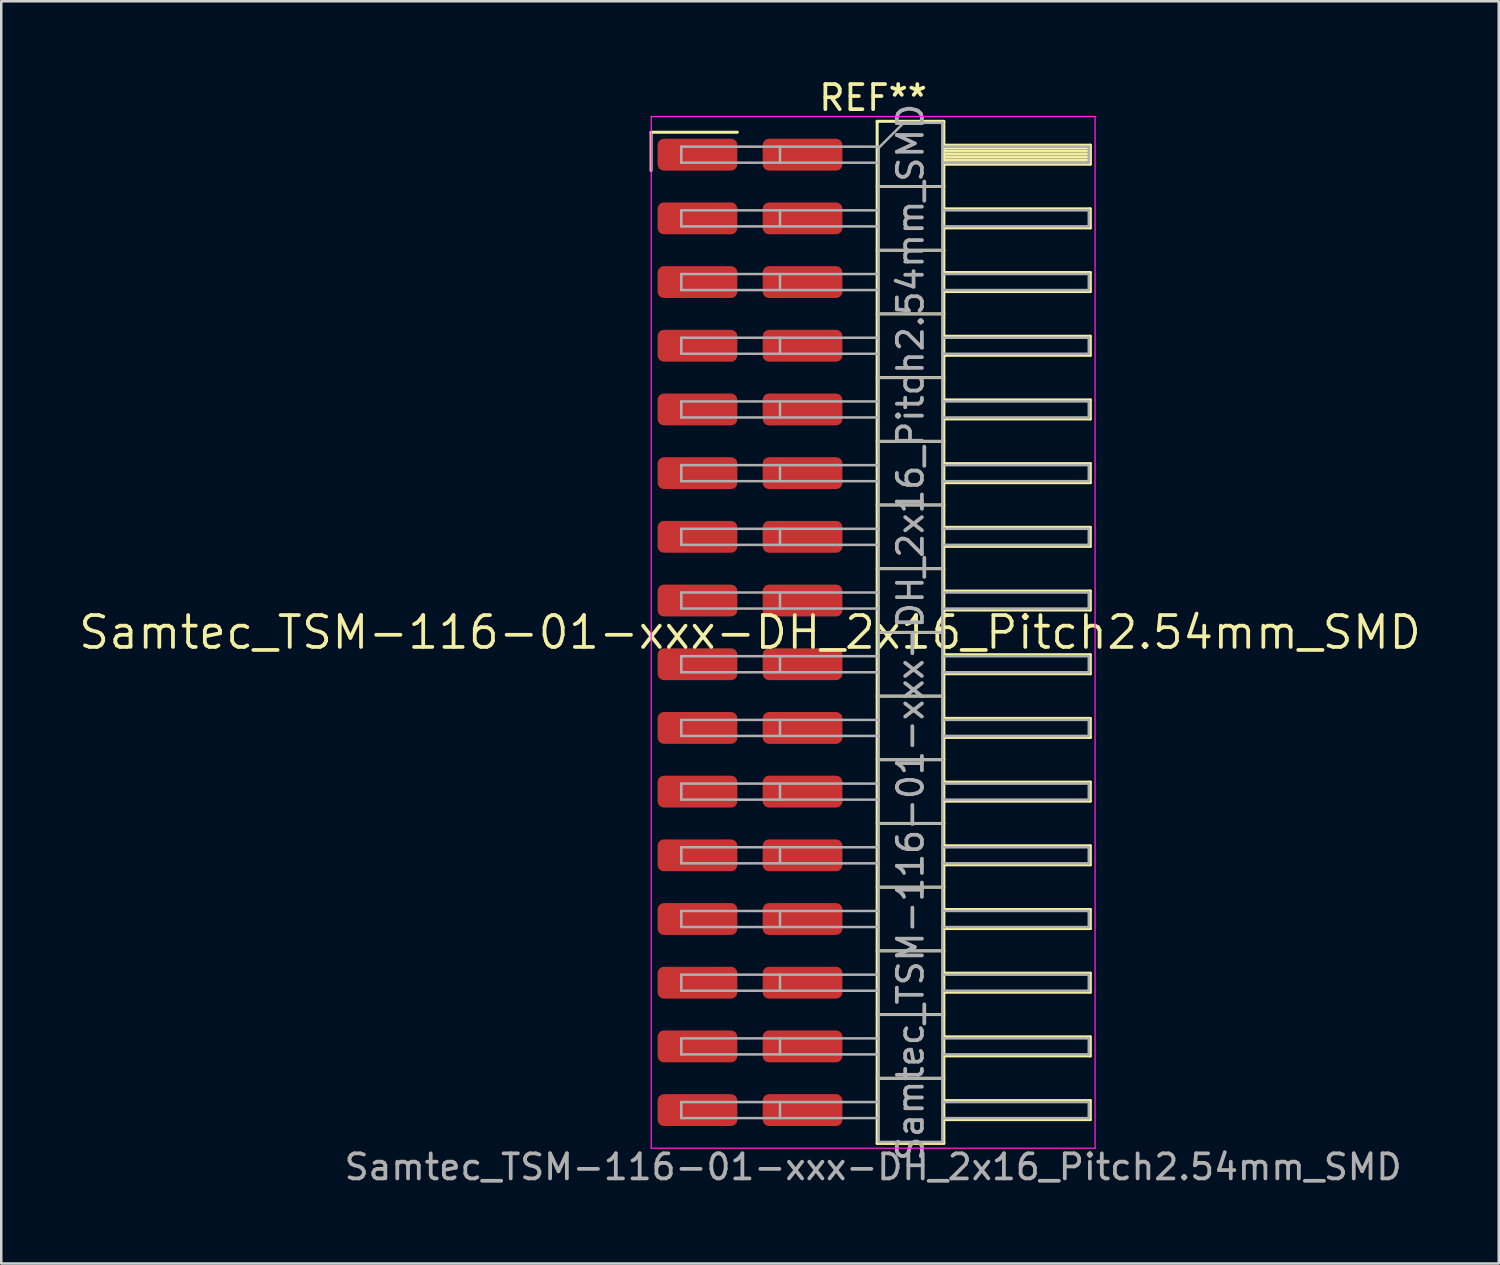
<source format=kicad_pcb>
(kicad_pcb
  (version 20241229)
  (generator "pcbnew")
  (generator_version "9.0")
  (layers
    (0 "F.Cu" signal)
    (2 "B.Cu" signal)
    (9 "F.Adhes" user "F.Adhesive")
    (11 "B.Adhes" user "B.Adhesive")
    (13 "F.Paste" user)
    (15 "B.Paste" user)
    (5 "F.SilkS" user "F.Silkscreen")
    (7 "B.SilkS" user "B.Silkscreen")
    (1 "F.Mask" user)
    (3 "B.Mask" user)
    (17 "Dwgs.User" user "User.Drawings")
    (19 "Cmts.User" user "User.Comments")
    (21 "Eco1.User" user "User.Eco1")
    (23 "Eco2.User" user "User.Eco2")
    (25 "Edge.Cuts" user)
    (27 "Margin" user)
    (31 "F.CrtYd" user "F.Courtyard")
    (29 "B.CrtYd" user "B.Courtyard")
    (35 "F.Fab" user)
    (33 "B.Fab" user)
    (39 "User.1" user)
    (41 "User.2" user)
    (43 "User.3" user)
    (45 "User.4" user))
  (footprint "Samtec_TSM-116-01-xxx-DH_2x16_Pitch2.54mm_SMD"
    (layer "F.Cu")
    (at 26.859 22.168)
    (property "Reference" "Samtec_TSM-116-01-xxx-DH_2x16_Pitch2.54mm_SMD" (at 0 0 0) (layer "F.SilkS") (effects (font (size 1.27 1.27) (thickness 0.15))))
    (attr smd)
    (fp_line (start -3.945 -19.945) (end -0.505 -19.945) (stroke (width 0.12) (type solid)) (layer "F.SilkS"))
    (fp_line (start -3.945 -18.415) (end -3.945 -19.945) (stroke (width 0.12) (type solid)) (layer "F.SilkS"))
    (fp_line (start 5.07 -20.38) (end 7.73 -20.38) (stroke (width 0.12) (type solid)) (layer "F.SilkS"))
    (fp_line (start 5.07 -17.78) (end 7.73 -17.78) (stroke (width 0.12) (type solid)) (layer "F.SilkS"))
    (fp_line (start 5.07 -15.24) (end 7.73 -15.24) (stroke (width 0.12) (type solid)) (layer "F.SilkS"))
    (fp_line (start 5.07 -12.7) (end 7.73 -12.7) (stroke (width 0.12) (type solid)) (layer "F.SilkS"))
    (fp_line (start 5.07 -10.16) (end 7.73 -10.16) (stroke (width 0.12) (type solid)) (layer "F.SilkS"))
    (fp_line (start 5.07 -7.62) (end 7.73 -7.62) (stroke (width 0.12) (type solid)) (layer "F.SilkS"))
    (fp_line (start 5.07 -5.08) (end 7.73 -5.08) (stroke (width 0.12) (type solid)) (layer "F.SilkS"))
    (fp_line (start 5.07 -2.54) (end 7.73 -2.54) (stroke (width 0.12) (type solid)) (layer "F.SilkS"))
    (fp_line (start 5.07 0) (end 7.73 0) (stroke (width 0.12) (type solid)) (layer "F.SilkS"))
    (fp_line (start 5.07 2.54) (end 7.73 2.54) (stroke (width 0.12) (type solid)) (layer "F.SilkS"))
    (fp_line (start 5.07 5.08) (end 7.73 5.08) (stroke (width 0.12) (type solid)) (layer "F.SilkS"))
    (fp_line (start 5.07 7.62) (end 7.73 7.62) (stroke (width 0.12) (type solid)) (layer "F.SilkS"))
    (fp_line (start 5.07 10.16) (end 7.73 10.16) (stroke (width 0.12) (type solid)) (layer "F.SilkS"))
    (fp_line (start 5.07 12.7) (end 7.73 12.7) (stroke (width 0.12) (type solid)) (layer "F.SilkS"))
    (fp_line (start 5.07 15.24) (end 7.73 15.24) (stroke (width 0.12) (type solid)) (layer "F.SilkS"))
    (fp_line (start 5.07 17.78) (end 7.73 17.78) (stroke (width 0.12) (type solid)) (layer "F.SilkS"))
    (fp_line (start 5.07 20.38) (end 5.07 -20.38) (stroke (width 0.12) (type solid)) (layer "F.SilkS"))
    (fp_line (start 7.73 -20.38) (end 7.73 20.38) (stroke (width 0.12) (type solid)) (layer "F.SilkS"))
    (fp_line (start 7.73 -19.43) (end 13.57 -19.43) (stroke (width 0.12) (type solid)) (layer "F.SilkS"))
    (fp_line (start 7.73 -19.31) (end 13.57 -19.31) (stroke (width 0.12) (type solid)) (layer "F.SilkS"))
    (fp_line (start 7.73 -19.19) (end 13.57 -19.19) (stroke (width 0.12) (type solid)) (layer "F.SilkS"))
    (fp_line (start 7.73 -19.07) (end 13.57 -19.07) (stroke (width 0.12) (type solid)) (layer "F.SilkS"))
    (fp_line (start 7.73 -18.95) (end 13.57 -18.95) (stroke (width 0.12) (type solid)) (layer "F.SilkS"))
    (fp_line (start 7.73 -18.83) (end 13.57 -18.83) (stroke (width 0.12) (type solid)) (layer "F.SilkS"))
    (fp_line (start 7.73 -18.71) (end 13.57 -18.71) (stroke (width 0.12) (type solid)) (layer "F.SilkS"))
    (fp_line (start 7.73 -18.67) (end 13.57 -18.67) (stroke (width 0.12) (type solid)) (layer "F.SilkS"))
    (fp_line (start 7.73 -16.89) (end 13.57 -16.89) (stroke (width 0.12) (type solid)) (layer "F.SilkS"))
    (fp_line (start 7.73 -16.13) (end 13.57 -16.13) (stroke (width 0.12) (type solid)) (layer "F.SilkS"))
    (fp_line (start 7.73 -14.35) (end 13.57 -14.35) (stroke (width 0.12) (type solid)) (layer "F.SilkS"))
    (fp_line (start 7.73 -13.59) (end 13.57 -13.59) (stroke (width 0.12) (type solid)) (layer "F.SilkS"))
    (fp_line (start 7.73 -11.81) (end 13.57 -11.81) (stroke (width 0.12) (type solid)) (layer "F.SilkS"))
    (fp_line (start 7.73 -11.05) (end 13.57 -11.05) (stroke (width 0.12) (type solid)) (layer "F.SilkS"))
    (fp_line (start 7.73 -9.27) (end 13.57 -9.27) (stroke (width 0.12) (type solid)) (layer "F.SilkS"))
    (fp_line (start 7.73 -8.51) (end 13.57 -8.51) (stroke (width 0.12) (type solid)) (layer "F.SilkS"))
    (fp_line (start 7.73 -6.73) (end 13.57 -6.73) (stroke (width 0.12) (type solid)) (layer "F.SilkS"))
    (fp_line (start 7.73 -5.97) (end 13.57 -5.97) (stroke (width 0.12) (type solid)) (layer "F.SilkS"))
    (fp_line (start 7.73 -4.19) (end 13.57 -4.19) (stroke (width 0.12) (type solid)) (layer "F.SilkS"))
    (fp_line (start 7.73 -3.43) (end 13.57 -3.43) (stroke (width 0.12) (type solid)) (layer "F.SilkS"))
    (fp_line (start 7.73 -1.65) (end 13.57 -1.65) (stroke (width 0.12) (type solid)) (layer "F.SilkS"))
    (fp_line (start 7.73 -0.89) (end 13.57 -0.89) (stroke (width 0.12) (type solid)) (layer "F.SilkS"))
    (fp_line (start 7.73 0.89) (end 13.57 0.89) (stroke (width 0.12) (type solid)) (layer "F.SilkS"))
    (fp_line (start 7.73 1.65) (end 13.57 1.65) (stroke (width 0.12) (type solid)) (layer "F.SilkS"))
    (fp_line (start 7.73 3.43) (end 13.57 3.43) (stroke (width 0.12) (type solid)) (layer "F.SilkS"))
    (fp_line (start 7.73 4.19) (end 13.57 4.19) (stroke (width 0.12) (type solid)) (layer "F.SilkS"))
    (fp_line (start 7.73 5.97) (end 13.57 5.97) (stroke (width 0.12) (type solid)) (layer "F.SilkS"))
    (fp_line (start 7.73 6.73) (end 13.57 6.73) (stroke (width 0.12) (type solid)) (layer "F.SilkS"))
    (fp_line (start 7.73 8.51) (end 13.57 8.51) (stroke (width 0.12) (type solid)) (layer "F.SilkS"))
    (fp_line (start 7.73 9.27) (end 13.57 9.27) (stroke (width 0.12) (type solid)) (layer "F.SilkS"))
    (fp_line (start 7.73 11.05) (end 13.57 11.05) (stroke (width 0.12) (type solid)) (layer "F.SilkS"))
    (fp_line (start 7.73 11.81) (end 13.57 11.81) (stroke (width 0.12) (type solid)) (layer "F.SilkS"))
    (fp_line (start 7.73 13.59) (end 13.57 13.59) (stroke (width 0.12) (type solid)) (layer "F.SilkS"))
    (fp_line (start 7.73 14.35) (end 13.57 14.35) (stroke (width 0.12) (type solid)) (layer "F.SilkS"))
    (fp_line (start 7.73 16.13) (end 13.57 16.13) (stroke (width 0.12) (type solid)) (layer "F.SilkS"))
    (fp_line (start 7.73 16.89) (end 13.57 16.89) (stroke (width 0.12) (type solid)) (layer "F.SilkS"))
    (fp_line (start 7.73 18.67) (end 13.57 18.67) (stroke (width 0.12) (type solid)) (layer "F.SilkS"))
    (fp_line (start 7.73 19.43) (end 13.57 19.43) (stroke (width 0.12) (type solid)) (layer "F.SilkS"))
    (fp_line (start 7.73 20.38) (end 5.07 20.38) (stroke (width 0.12) (type solid)) (layer "F.SilkS"))
    (fp_line (start 13.57 -19.43) (end 13.57 -18.67) (stroke (width 0.12) (type solid)) (layer "F.SilkS"))
    (fp_line (start 13.57 -16.89) (end 13.57 -16.13) (stroke (width 0.12) (type solid)) (layer "F.SilkS"))
    (fp_line (start 13.57 -14.35) (end 13.57 -13.59) (stroke (width 0.12) (type solid)) (layer "F.SilkS"))
    (fp_line (start 13.57 -11.81) (end 13.57 -11.05) (stroke (width 0.12) (type solid)) (layer "F.SilkS"))
    (fp_line (start 13.57 -9.27) (end 13.57 -8.51) (stroke (width 0.12) (type solid)) (layer "F.SilkS"))
    (fp_line (start 13.57 -6.73) (end 13.57 -5.97) (stroke (width 0.12) (type solid)) (layer "F.SilkS"))
    (fp_line (start 13.57 -4.19) (end 13.57 -3.43) (stroke (width 0.12) (type solid)) (layer "F.SilkS"))
    (fp_line (start 13.57 -1.65) (end 13.57 -0.89) (stroke (width 0.12) (type solid)) (layer "F.SilkS"))
    (fp_line (start 13.57 0.89) (end 13.57 1.65) (stroke (width 0.12) (type solid)) (layer "F.SilkS"))
    (fp_line (start 13.57 3.43) (end 13.57 4.19) (stroke (width 0.12) (type solid)) (layer "F.SilkS"))
    (fp_line (start 13.57 5.97) (end 13.57 6.73) (stroke (width 0.12) (type solid)) (layer "F.SilkS"))
    (fp_line (start 13.57 8.51) (end 13.57 9.27) (stroke (width 0.12) (type solid)) (layer "F.SilkS"))
    (fp_line (start 13.57 11.05) (end 13.57 11.81) (stroke (width 0.12) (type solid)) (layer "F.SilkS"))
    (fp_line (start 13.57 13.59) (end 13.57 14.35) (stroke (width 0.12) (type solid)) (layer "F.SilkS"))
    (fp_line (start 13.57 16.13) (end 13.57 16.89) (stroke (width 0.12) (type solid)) (layer "F.SilkS"))
    (fp_line (start 13.57 18.67) (end 13.57 19.43) (stroke (width 0.12) (type solid)) (layer "F.SilkS"))
    (fp_line (start -3.94 -20.57) (end 13.76 -20.57) (stroke (width 0.05) (type solid)) (layer "F.CrtYd"))
    (fp_line (start -3.94 20.57) (end -3.94 -20.57) (stroke (width 0.05) (type solid)) (layer "F.CrtYd"))
    (fp_line (start 13.76 -20.57) (end 13.76 20.57) (stroke (width 0.05) (type solid)) (layer "F.CrtYd"))
    (fp_line (start 13.76 20.57) (end -3.94 20.57) (stroke (width 0.05) (type solid)) (layer "F.CrtYd"))
    (fp_line (start -2.74 -19.37) (end -2.74 -18.73) (stroke (width 0.1) (type solid)) (layer "F.Fab"))
    (fp_line (start -2.74 -19.37) (end 5.13 -19.37) (stroke (width 0.1) (type solid)) (layer "F.Fab"))
    (fp_line (start -2.74 -18.73) (end 5.13 -18.73) (stroke (width 0.1) (type solid)) (layer "F.Fab"))
    (fp_line (start -2.74 -16.83) (end -2.74 -16.19) (stroke (width 0.1) (type solid)) (layer "F.Fab"))
    (fp_line (start -2.74 -16.83) (end 5.13 -16.83) (stroke (width 0.1) (type solid)) (layer "F.Fab"))
    (fp_line (start -2.74 -16.19) (end 5.13 -16.19) (stroke (width 0.1) (type solid)) (layer "F.Fab"))
    (fp_line (start -2.74 -14.29) (end -2.74 -13.65) (stroke (width 0.1) (type solid)) (layer "F.Fab"))
    (fp_line (start -2.74 -14.29) (end 5.13 -14.29) (stroke (width 0.1) (type solid)) (layer "F.Fab"))
    (fp_line (start -2.74 -13.65) (end 5.13 -13.65) (stroke (width 0.1) (type solid)) (layer "F.Fab"))
    (fp_line (start -2.74 -11.75) (end -2.74 -11.11) (stroke (width 0.1) (type solid)) (layer "F.Fab"))
    (fp_line (start -2.74 -11.75) (end 5.13 -11.75) (stroke (width 0.1) (type solid)) (layer "F.Fab"))
    (fp_line (start -2.74 -11.11) (end 5.13 -11.11) (stroke (width 0.1) (type solid)) (layer "F.Fab"))
    (fp_line (start -2.74 -9.21) (end -2.74 -8.57) (stroke (width 0.1) (type solid)) (layer "F.Fab"))
    (fp_line (start -2.74 -9.21) (end 5.13 -9.21) (stroke (width 0.1) (type solid)) (layer "F.Fab"))
    (fp_line (start -2.74 -8.57) (end 5.13 -8.57) (stroke (width 0.1) (type solid)) (layer "F.Fab"))
    (fp_line (start -2.74 -6.67) (end -2.74 -6.03) (stroke (width 0.1) (type solid)) (layer "F.Fab"))
    (fp_line (start -2.74 -6.67) (end 5.13 -6.67) (stroke (width 0.1) (type solid)) (layer "F.Fab"))
    (fp_line (start -2.74 -6.03) (end 5.13 -6.03) (stroke (width 0.1) (type solid)) (layer "F.Fab"))
    (fp_line (start -2.74 -4.13) (end -2.74 -3.49) (stroke (width 0.1) (type solid)) (layer "F.Fab"))
    (fp_line (start -2.74 -4.13) (end 5.13 -4.13) (stroke (width 0.1) (type solid)) (layer "F.Fab"))
    (fp_line (start -2.74 -3.49) (end 5.13 -3.49) (stroke (width 0.1) (type solid)) (layer "F.Fab"))
    (fp_line (start -2.74 -1.59) (end -2.74 -0.95) (stroke (width 0.1) (type solid)) (layer "F.Fab"))
    (fp_line (start -2.74 -1.59) (end 5.13 -1.59) (stroke (width 0.1) (type solid)) (layer "F.Fab"))
    (fp_line (start -2.74 -0.95) (end 5.13 -0.95) (stroke (width 0.1) (type solid)) (layer "F.Fab"))
    (fp_line (start -2.74 0.95) (end -2.74 1.59) (stroke (width 0.1) (type solid)) (layer "F.Fab"))
    (fp_line (start -2.74 0.95) (end 5.13 0.95) (stroke (width 0.1) (type solid)) (layer "F.Fab"))
    (fp_line (start -2.74 1.59) (end 5.13 1.59) (stroke (width 0.1) (type solid)) (layer "F.Fab"))
    (fp_line (start -2.74 3.49) (end -2.74 4.13) (stroke (width 0.1) (type solid)) (layer "F.Fab"))
    (fp_line (start -2.74 3.49) (end 5.13 3.49) (stroke (width 0.1) (type solid)) (layer "F.Fab"))
    (fp_line (start -2.74 4.13) (end 5.13 4.13) (stroke (width 0.1) (type solid)) (layer "F.Fab"))
    (fp_line (start -2.74 6.03) (end -2.74 6.67) (stroke (width 0.1) (type solid)) (layer "F.Fab"))
    (fp_line (start -2.74 6.03) (end 5.13 6.03) (stroke (width 0.1) (type solid)) (layer "F.Fab"))
    (fp_line (start -2.74 6.67) (end 5.13 6.67) (stroke (width 0.1) (type solid)) (layer "F.Fab"))
    (fp_line (start -2.74 8.57) (end -2.74 9.21) (stroke (width 0.1) (type solid)) (layer "F.Fab"))
    (fp_line (start -2.74 8.57) (end 5.13 8.57) (stroke (width 0.1) (type solid)) (layer "F.Fab"))
    (fp_line (start -2.74 9.21) (end 5.13 9.21) (stroke (width 0.1) (type solid)) (layer "F.Fab"))
    (fp_line (start -2.74 11.11) (end -2.74 11.75) (stroke (width 0.1) (type solid)) (layer "F.Fab"))
    (fp_line (start -2.74 11.11) (end 5.13 11.11) (stroke (width 0.1) (type solid)) (layer "F.Fab"))
    (fp_line (start -2.74 11.75) (end 5.13 11.75) (stroke (width 0.1) (type solid)) (layer "F.Fab"))
    (fp_line (start -2.74 13.65) (end -2.74 14.29) (stroke (width 0.1) (type solid)) (layer "F.Fab"))
    (fp_line (start -2.74 13.65) (end 5.13 13.65) (stroke (width 0.1) (type solid)) (layer "F.Fab"))
    (fp_line (start -2.74 14.29) (end 5.13 14.29) (stroke (width 0.1) (type solid)) (layer "F.Fab"))
    (fp_line (start -2.74 16.19) (end -2.74 16.83) (stroke (width 0.1) (type solid)) (layer "F.Fab"))
    (fp_line (start -2.74 16.19) (end 5.13 16.19) (stroke (width 0.1) (type solid)) (layer "F.Fab"))
    (fp_line (start -2.74 16.83) (end 5.13 16.83) (stroke (width 0.1) (type solid)) (layer "F.Fab"))
    (fp_line (start -2.74 18.73) (end -2.74 19.37) (stroke (width 0.1) (type solid)) (layer "F.Fab"))
    (fp_line (start -2.74 18.73) (end 5.13 18.73) (stroke (width 0.1) (type solid)) (layer "F.Fab"))
    (fp_line (start -2.74 19.37) (end 5.13 19.37) (stroke (width 0.1) (type solid)) (layer "F.Fab"))
    (fp_line (start 1.195 -19.37) (end 1.195 -18.73) (stroke (width 0.1) (type solid)) (layer "F.Fab"))
    (fp_line (start 1.195 -16.83) (end 1.195 -16.19) (stroke (width 0.1) (type solid)) (layer "F.Fab"))
    (fp_line (start 1.195 -14.29) (end 1.195 -13.65) (stroke (width 0.1) (type solid)) (layer "F.Fab"))
    (fp_line (start 1.195 -11.75) (end 1.195 -11.11) (stroke (width 0.1) (type solid)) (layer "F.Fab"))
    (fp_line (start 1.195 -9.21) (end 1.195 -8.57) (stroke (width 0.1) (type solid)) (layer "F.Fab"))
    (fp_line (start 1.195 -6.67) (end 1.195 -6.03) (stroke (width 0.1) (type solid)) (layer "F.Fab"))
    (fp_line (start 1.195 -4.13) (end 1.195 -3.49) (stroke (width 0.1) (type solid)) (layer "F.Fab"))
    (fp_line (start 1.195 -1.59) (end 1.195 -0.95) (stroke (width 0.1) (type solid)) (layer "F.Fab"))
    (fp_line (start 1.195 0.95) (end 1.195 1.59) (stroke (width 0.1) (type solid)) (layer "F.Fab"))
    (fp_line (start 1.195 3.49) (end 1.195 4.13) (stroke (width 0.1) (type solid)) (layer "F.Fab"))
    (fp_line (start 1.195 6.03) (end 1.195 6.67) (stroke (width 0.1) (type solid)) (layer "F.Fab"))
    (fp_line (start 1.195 8.57) (end 1.195 9.21) (stroke (width 0.1) (type solid)) (layer "F.Fab"))
    (fp_line (start 1.195 11.11) (end 1.195 11.75) (stroke (width 0.1) (type solid)) (layer "F.Fab"))
    (fp_line (start 1.195 13.65) (end 1.195 14.29) (stroke (width 0.1) (type solid)) (layer "F.Fab"))
    (fp_line (start 1.195 16.19) (end 1.195 16.83) (stroke (width 0.1) (type solid)) (layer "F.Fab"))
    (fp_line (start 1.195 18.73) (end 1.195 19.37) (stroke (width 0.1) (type solid)) (layer "F.Fab"))
    (fp_line (start 5.13 -19.32) (end 6.13 -20.32) (stroke (width 0.1) (type solid)) (layer "F.Fab"))
    (fp_line (start 5.13 -17.78) (end 7.67 -17.78) (stroke (width 0.1) (type solid)) (layer "F.Fab"))
    (fp_line (start 5.13 -15.24) (end 7.67 -15.24) (stroke (width 0.1) (type solid)) (layer "F.Fab"))
    (fp_line (start 5.13 -12.7) (end 7.67 -12.7) (stroke (width 0.1) (type solid)) (layer "F.Fab"))
    (fp_line (start 5.13 -10.16) (end 7.67 -10.16) (stroke (width 0.1) (type solid)) (layer "F.Fab"))
    (fp_line (start 5.13 -7.62) (end 7.67 -7.62) (stroke (width 0.1) (type solid)) (layer "F.Fab"))
    (fp_line (start 5.13 -5.08) (end 7.67 -5.08) (stroke (width 0.1) (type solid)) (layer "F.Fab"))
    (fp_line (start 5.13 -2.54) (end 7.67 -2.54) (stroke (width 0.1) (type solid)) (layer "F.Fab"))
    (fp_line (start 5.13 0) (end 7.67 0) (stroke (width 0.1) (type solid)) (layer "F.Fab"))
    (fp_line (start 5.13 2.54) (end 7.67 2.54) (stroke (width 0.1) (type solid)) (layer "F.Fab"))
    (fp_line (start 5.13 5.08) (end 7.67 5.08) (stroke (width 0.1) (type solid)) (layer "F.Fab"))
    (fp_line (start 5.13 7.62) (end 7.67 7.62) (stroke (width 0.1) (type solid)) (layer "F.Fab"))
    (fp_line (start 5.13 10.16) (end 7.67 10.16) (stroke (width 0.1) (type solid)) (layer "F.Fab"))
    (fp_line (start 5.13 12.7) (end 7.67 12.7) (stroke (width 0.1) (type solid)) (layer "F.Fab"))
    (fp_line (start 5.13 15.24) (end 7.67 15.24) (stroke (width 0.1) (type solid)) (layer "F.Fab"))
    (fp_line (start 5.13 17.78) (end 7.67 17.78) (stroke (width 0.1) (type solid)) (layer "F.Fab"))
    (fp_line (start 5.13 20.32) (end 5.13 -19.32) (stroke (width 0.1) (type solid)) (layer "F.Fab"))
    (fp_line (start 6.13 -20.32) (end 7.67 -20.32) (stroke (width 0.1) (type solid)) (layer "F.Fab"))
    (fp_line (start 7.67 -20.32) (end 7.67 20.32) (stroke (width 0.1) (type solid)) (layer "F.Fab"))
    (fp_line (start 7.67 -19.37) (end 13.51 -19.37) (stroke (width 0.1) (type solid)) (layer "F.Fab"))
    (fp_line (start 7.67 -18.73) (end 13.51 -18.73) (stroke (width 0.1) (type solid)) (layer "F.Fab"))
    (fp_line (start 7.67 -16.83) (end 13.51 -16.83) (stroke (width 0.1) (type solid)) (layer "F.Fab"))
    (fp_line (start 7.67 -16.19) (end 13.51 -16.19) (stroke (width 0.1) (type solid)) (layer "F.Fab"))
    (fp_line (start 7.67 -14.29) (end 13.51 -14.29) (stroke (width 0.1) (type solid)) (layer "F.Fab"))
    (fp_line (start 7.67 -13.65) (end 13.51 -13.65) (stroke (width 0.1) (type solid)) (layer "F.Fab"))
    (fp_line (start 7.67 -11.75) (end 13.51 -11.75) (stroke (width 0.1) (type solid)) (layer "F.Fab"))
    (fp_line (start 7.67 -11.11) (end 13.51 -11.11) (stroke (width 0.1) (type solid)) (layer "F.Fab"))
    (fp_line (start 7.67 -9.21) (end 13.51 -9.21) (stroke (width 0.1) (type solid)) (layer "F.Fab"))
    (fp_line (start 7.67 -8.57) (end 13.51 -8.57) (stroke (width 0.1) (type solid)) (layer "F.Fab"))
    (fp_line (start 7.67 -6.67) (end 13.51 -6.67) (stroke (width 0.1) (type solid)) (layer "F.Fab"))
    (fp_line (start 7.67 -6.03) (end 13.51 -6.03) (stroke (width 0.1) (type solid)) (layer "F.Fab"))
    (fp_line (start 7.67 -4.13) (end 13.51 -4.13) (stroke (width 0.1) (type solid)) (layer "F.Fab"))
    (fp_line (start 7.67 -3.49) (end 13.51 -3.49) (stroke (width 0.1) (type solid)) (layer "F.Fab"))
    (fp_line (start 7.67 -1.59) (end 13.51 -1.59) (stroke (width 0.1) (type solid)) (layer "F.Fab"))
    (fp_line (start 7.67 -0.95) (end 13.51 -0.95) (stroke (width 0.1) (type solid)) (layer "F.Fab"))
    (fp_line (start 7.67 0.95) (end 13.51 0.95) (stroke (width 0.1) (type solid)) (layer "F.Fab"))
    (fp_line (start 7.67 1.59) (end 13.51 1.59) (stroke (width 0.1) (type solid)) (layer "F.Fab"))
    (fp_line (start 7.67 3.49) (end 13.51 3.49) (stroke (width 0.1) (type solid)) (layer "F.Fab"))
    (fp_line (start 7.67 4.13) (end 13.51 4.13) (stroke (width 0.1) (type solid)) (layer "F.Fab"))
    (fp_line (start 7.67 6.03) (end 13.51 6.03) (stroke (width 0.1) (type solid)) (layer "F.Fab"))
    (fp_line (start 7.67 6.67) (end 13.51 6.67) (stroke (width 0.1) (type solid)) (layer "F.Fab"))
    (fp_line (start 7.67 8.57) (end 13.51 8.57) (stroke (width 0.1) (type solid)) (layer "F.Fab"))
    (fp_line (start 7.67 9.21) (end 13.51 9.21) (stroke (width 0.1) (type solid)) (layer "F.Fab"))
    (fp_line (start 7.67 11.11) (end 13.51 11.11) (stroke (width 0.1) (type solid)) (layer "F.Fab"))
    (fp_line (start 7.67 11.75) (end 13.51 11.75) (stroke (width 0.1) (type solid)) (layer "F.Fab"))
    (fp_line (start 7.67 13.65) (end 13.51 13.65) (stroke (width 0.1) (type solid)) (layer "F.Fab"))
    (fp_line (start 7.67 14.29) (end 13.51 14.29) (stroke (width 0.1) (type solid)) (layer "F.Fab"))
    (fp_line (start 7.67 16.19) (end 13.51 16.19) (stroke (width 0.1) (type solid)) (layer "F.Fab"))
    (fp_line (start 7.67 16.83) (end 13.51 16.83) (stroke (width 0.1) (type solid)) (layer "F.Fab"))
    (fp_line (start 7.67 18.73) (end 13.51 18.73) (stroke (width 0.1) (type solid)) (layer "F.Fab"))
    (fp_line (start 7.67 19.37) (end 13.51 19.37) (stroke (width 0.1) (type solid)) (layer "F.Fab"))
    (fp_line (start 7.67 20.32) (end 5.13 20.32) (stroke (width 0.1) (type solid)) (layer "F.Fab"))
    (fp_line (start 13.51 -19.37) (end 13.51 -18.73) (stroke (width 0.1) (type solid)) (layer "F.Fab"))
    (fp_line (start 13.51 -16.83) (end 13.51 -16.19) (stroke (width 0.1) (type solid)) (layer "F.Fab"))
    (fp_line (start 13.51 -14.29) (end 13.51 -13.65) (stroke (width 0.1) (type solid)) (layer "F.Fab"))
    (fp_line (start 13.51 -11.75) (end 13.51 -11.11) (stroke (width 0.1) (type solid)) (layer "F.Fab"))
    (fp_line (start 13.51 -9.21) (end 13.51 -8.57) (stroke (width 0.1) (type solid)) (layer "F.Fab"))
    (fp_line (start 13.51 -6.67) (end 13.51 -6.03) (stroke (width 0.1) (type solid)) (layer "F.Fab"))
    (fp_line (start 13.51 -4.13) (end 13.51 -3.49) (stroke (width 0.1) (type solid)) (layer "F.Fab"))
    (fp_line (start 13.51 -1.59) (end 13.51 -0.95) (stroke (width 0.1) (type solid)) (layer "F.Fab"))
    (fp_line (start 13.51 0.95) (end 13.51 1.59) (stroke (width 0.1) (type solid)) (layer "F.Fab"))
    (fp_line (start 13.51 3.49) (end 13.51 4.13) (stroke (width 0.1) (type solid)) (layer "F.Fab"))
    (fp_line (start 13.51 6.03) (end 13.51 6.67) (stroke (width 0.1) (type solid)) (layer "F.Fab"))
    (fp_line (start 13.51 8.57) (end 13.51 9.21) (stroke (width 0.1) (type solid)) (layer "F.Fab"))
    (fp_line (start 13.51 11.11) (end 13.51 11.75) (stroke (width 0.1) (type solid)) (layer "F.Fab"))
    (fp_line (start 13.51 13.65) (end 13.51 14.29) (stroke (width 0.1) (type solid)) (layer "F.Fab"))
    (fp_line (start 13.51 16.19) (end 13.51 16.83) (stroke (width 0.1) (type solid)) (layer "F.Fab"))
    (fp_line (start 13.51 18.73) (end 13.51 19.37) (stroke (width 0.1) (type solid)) (layer "F.Fab"))
    (fp_text user "REF**" (at 4.91 -21.32 0) (layer "F.SilkS") (effects (font (size 1 1) (thickness 0.15))))
    (fp_text user "${REFERENCE}" (at 6.4 0 90) (layer "F.Fab") (effects (font (size 1 1) (thickness 0.15))))
    (fp_text user "Samtec_TSM-116-01-xxx-DH_2x16_Pitch2.54mm_SMD" (at 4.91 21.32 0) (layer "F.Fab") (effects (font (size 1 1) (thickness 0.15))))
    (pad "1" smd roundrect (at -2.095 -19.05) (size 3.18 1.27) (layers "F.Cu" "F.Mask" "F.Paste") (roundrect_rratio 0.197))
    (pad "2" smd roundrect (at 2.095 -19.05) (size 3.18 1.27) (layers "F.Cu" "F.Mask" "F.Paste") (roundrect_rratio 0.197))
    (pad "3" smd roundrect (at -2.095 -16.51) (size 3.18 1.27) (layers "F.Cu" "F.Mask" "F.Paste") (roundrect_rratio 0.197))
    (pad "4" smd roundrect (at 2.095 -16.51) (size 3.18 1.27) (layers "F.Cu" "F.Mask" "F.Paste") (roundrect_rratio 0.197))
    (pad "5" smd roundrect (at -2.095 -13.97) (size 3.18 1.27) (layers "F.Cu" "F.Mask" "F.Paste") (roundrect_rratio 0.197))
    (pad "6" smd roundrect (at 2.095 -13.97) (size 3.18 1.27) (layers "F.Cu" "F.Mask" "F.Paste") (roundrect_rratio 0.197))
    (pad "7" smd roundrect (at -2.095 -11.43) (size 3.18 1.27) (layers "F.Cu" "F.Mask" "F.Paste") (roundrect_rratio 0.197))
    (pad "8" smd roundrect (at 2.095 -11.43) (size 3.18 1.27) (layers "F.Cu" "F.Mask" "F.Paste") (roundrect_rratio 0.197))
    (pad "9" smd roundrect (at -2.095 -8.89) (size 3.18 1.27) (layers "F.Cu" "F.Mask" "F.Paste") (roundrect_rratio 0.197))
    (pad "10" smd roundrect (at 2.095 -8.89) (size 3.18 1.27) (layers "F.Cu" "F.Mask" "F.Paste") (roundrect_rratio 0.197))
    (pad "11" smd roundrect (at -2.095 -6.35) (size 3.18 1.27) (layers "F.Cu" "F.Mask" "F.Paste") (roundrect_rratio 0.197))
    (pad "12" smd roundrect (at 2.095 -6.35) (size 3.18 1.27) (layers "F.Cu" "F.Mask" "F.Paste") (roundrect_rratio 0.197))
    (pad "13" smd roundrect (at -2.095 -3.81) (size 3.18 1.27) (layers "F.Cu" "F.Mask" "F.Paste") (roundrect_rratio 0.197))
    (pad "14" smd roundrect (at 2.095 -3.81) (size 3.18 1.27) (layers "F.Cu" "F.Mask" "F.Paste") (roundrect_rratio 0.197))
    (pad "15" smd roundrect (at -2.095 -1.27) (size 3.18 1.27) (layers "F.Cu" "F.Mask" "F.Paste") (roundrect_rratio 0.197))
    (pad "16" smd roundrect (at 2.095 -1.27) (size 3.18 1.27) (layers "F.Cu" "F.Mask" "F.Paste") (roundrect_rratio 0.197))
    (pad "17" smd roundrect (at -2.095 1.27) (size 3.18 1.27) (layers "F.Cu" "F.Mask" "F.Paste") (roundrect_rratio 0.197))
    (pad "18" smd roundrect (at 2.095 1.27) (size 3.18 1.27) (layers "F.Cu" "F.Mask" "F.Paste") (roundrect_rratio 0.197))
    (pad "19" smd roundrect (at -2.095 3.81) (size 3.18 1.27) (layers "F.Cu" "F.Mask" "F.Paste") (roundrect_rratio 0.197))
    (pad "20" smd roundrect (at 2.095 3.81) (size 3.18 1.27) (layers "F.Cu" "F.Mask" "F.Paste") (roundrect_rratio 0.197))
    (pad "21" smd roundrect (at -2.095 6.35) (size 3.18 1.27) (layers "F.Cu" "F.Mask" "F.Paste") (roundrect_rratio 0.197))
    (pad "22" smd roundrect (at 2.095 6.35) (size 3.18 1.27) (layers "F.Cu" "F.Mask" "F.Paste") (roundrect_rratio 0.197))
    (pad "23" smd roundrect (at -2.095 8.89) (size 3.18 1.27) (layers "F.Cu" "F.Mask" "F.Paste") (roundrect_rratio 0.197))
    (pad "24" smd roundrect (at 2.095 8.89) (size 3.18 1.27) (layers "F.Cu" "F.Mask" "F.Paste") (roundrect_rratio 0.197))
    (pad "25" smd roundrect (at -2.095 11.43) (size 3.18 1.27) (layers "F.Cu" "F.Mask" "F.Paste") (roundrect_rratio 0.197))
    (pad "26" smd roundrect (at 2.095 11.43) (size 3.18 1.27) (layers "F.Cu" "F.Mask" "F.Paste") (roundrect_rratio 0.197))
    (pad "27" smd roundrect (at -2.095 13.97) (size 3.18 1.27) (layers "F.Cu" "F.Mask" "F.Paste") (roundrect_rratio 0.197))
    (pad "28" smd roundrect (at 2.095 13.97) (size 3.18 1.27) (layers "F.Cu" "F.Mask" "F.Paste") (roundrect_rratio 0.197))
    (pad "29" smd roundrect (at -2.095 16.51) (size 3.18 1.27) (layers "F.Cu" "F.Mask" "F.Paste") (roundrect_rratio 0.197))
    (pad "30" smd roundrect (at 2.095 16.51) (size 3.18 1.27) (layers "F.Cu" "F.Mask" "F.Paste") (roundrect_rratio 0.197))
    (pad "31" smd roundrect (at -2.095 19.05) (size 3.18 1.27) (layers "F.Cu" "F.Mask" "F.Paste") (roundrect_rratio 0.197))
    (pad "32" smd roundrect (at 2.095 19.05) (size 3.18 1.27) (layers "F.Cu" "F.Mask" "F.Paste") (roundrect_rratio 0.197)))
  (gr_rect
    (start -3 -3)
    (end 56.717 47.337)
    (stroke (width 0.1) (type default))
    (fill no)
    (layer "Edge.Cuts")))
</source>
